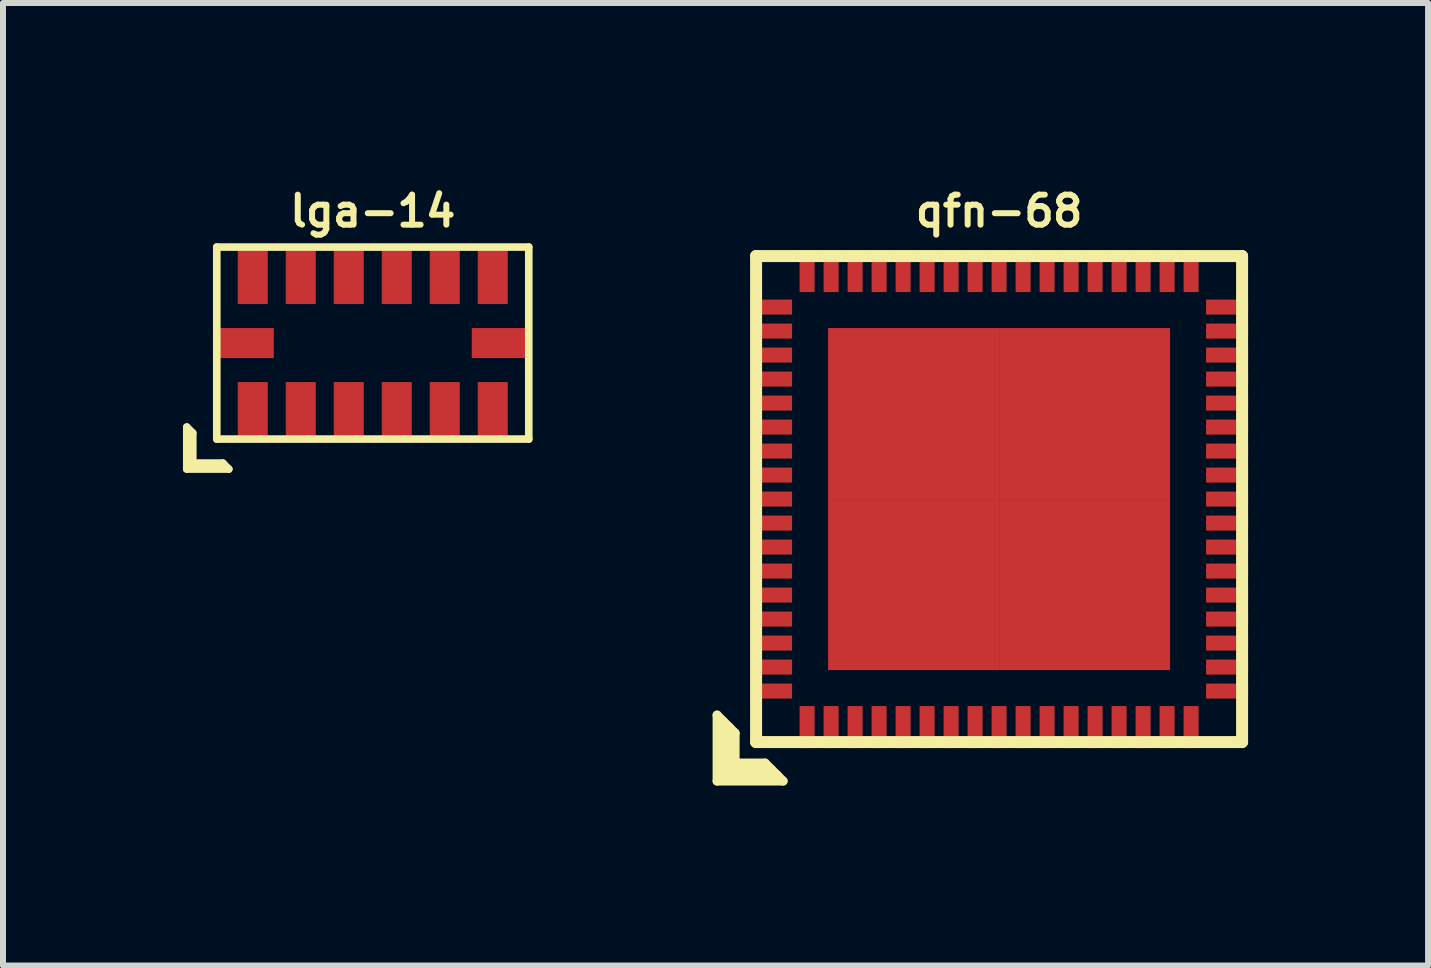
<source format=kicad_pcb>
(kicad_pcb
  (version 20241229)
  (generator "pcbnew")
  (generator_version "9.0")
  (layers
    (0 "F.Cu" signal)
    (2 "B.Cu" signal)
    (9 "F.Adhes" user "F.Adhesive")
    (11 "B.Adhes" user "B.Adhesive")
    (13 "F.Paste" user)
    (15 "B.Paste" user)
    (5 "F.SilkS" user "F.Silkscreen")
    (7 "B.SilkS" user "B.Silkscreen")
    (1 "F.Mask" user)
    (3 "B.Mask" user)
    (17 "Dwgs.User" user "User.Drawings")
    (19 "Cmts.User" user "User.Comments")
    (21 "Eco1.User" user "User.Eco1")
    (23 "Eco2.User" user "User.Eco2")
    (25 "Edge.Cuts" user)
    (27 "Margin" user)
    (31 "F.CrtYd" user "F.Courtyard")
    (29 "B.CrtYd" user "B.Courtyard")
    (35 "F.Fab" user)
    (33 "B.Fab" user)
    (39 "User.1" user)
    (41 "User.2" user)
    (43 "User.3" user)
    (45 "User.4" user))
  (footprint "qfn-68"
    (layer "F.Cu")
    (at 13.602 5.268)
    (property "Reference" "qfn-68" (at 0 -4.8 0) (layer "F.SilkS") (effects (font (size 0.5 0.5) (thickness 0.1))))
    (attr through_hole)
    (fp_line (start -4.7 4.7) (end -4.7 3.6) (stroke (width 0.15) (type solid)) (layer "F.SilkS"))
    (fp_line (start -4.6 3.7) (end -4.6 4.6) (stroke (width 0.15) (type solid)) (layer "F.SilkS"))
    (fp_line (start -4.6 4.6) (end -3.7 4.6) (stroke (width 0.15) (type solid)) (layer "F.SilkS"))
    (fp_line (start -4.5 4.5) (end -4.5 3.8) (stroke (width 0.15) (type solid)) (layer "F.SilkS"))
    (fp_line (start -4.4 3.9) (end -4.7 3.6) (stroke (width 0.15) (type solid)) (layer "F.SilkS"))
    (fp_line (start -4.4 4.4) (end -4.4 3.9) (stroke (width 0.15) (type solid)) (layer "F.SilkS"))
    (fp_line (start -4.4 4.4) (end -3.9 4.4) (stroke (width 0.15) (type solid)) (layer "F.SilkS"))
    (fp_line (start -4.05 -4.05) (end -4.05 4.05) (stroke (width 0.2) (type solid)) (layer "F.SilkS"))
    (fp_line (start -4.05 4.05) (end 4.05 4.05) (stroke (width 0.2) (type solid)) (layer "F.SilkS"))
    (fp_line (start -3.9 4.4) (end -3.6 4.7) (stroke (width 0.15) (type solid)) (layer "F.SilkS"))
    (fp_line (start -3.8 4.5) (end -4.5 4.5) (stroke (width 0.15) (type solid)) (layer "F.SilkS"))
    (fp_line (start -3.6 4.7) (end -4.7 4.7) (stroke (width 0.15) (type solid)) (layer "F.SilkS"))
    (fp_line (start 4.05 -4.05) (end -4.05 -4.05) (stroke (width 0.2) (type solid)) (layer "F.SilkS"))
    (fp_line (start 4.05 4.05) (end 4.05 -4.05) (stroke (width 0.2) (type solid)) (layer "F.SilkS"))
    (pad "1" smd rect (at -3.2 3.8) (size 0.25 0.7) (layers "F.Cu" "F.Mask" "F.Paste"))
    (pad "2" smd rect (at -2.8 3.8) (size 0.25 0.7) (layers "F.Cu" "F.Mask" "F.Paste"))
    (pad "3" smd rect (at -2.4 3.8) (size 0.25 0.7) (layers "F.Cu" "F.Mask" "F.Paste"))
    (pad "4" smd rect (at -2 3.8) (size 0.25 0.7) (layers "F.Cu" "F.Mask" "F.Paste"))
    (pad "5" smd rect (at -1.6 3.8) (size 0.25 0.7) (layers "F.Cu" "F.Mask" "F.Paste"))
    (pad "6" smd rect (at -1.2 3.8) (size 0.25 0.7) (layers "F.Cu" "F.Mask" "F.Paste"))
    (pad "7" smd rect (at -0.8 3.8) (size 0.25 0.7) (layers "F.Cu" "F.Mask" "F.Paste"))
    (pad "8" smd rect (at -0.4 3.8) (size 0.25 0.7) (layers "F.Cu" "F.Mask" "F.Paste"))
    (pad "9" smd rect (at 0 3.8) (size 0.25 0.7) (layers "F.Cu" "F.Mask" "F.Paste"))
    (pad "10" smd rect (at 0.4 3.8) (size 0.25 0.7) (layers "F.Cu" "F.Mask" "F.Paste"))
    (pad "11" smd rect (at 0.8 3.8) (size 0.25 0.7) (layers "F.Cu" "F.Mask" "F.Paste"))
    (pad "12" smd rect (at 1.2 3.8) (size 0.25 0.7) (layers "F.Cu" "F.Mask" "F.Paste"))
    (pad "13" smd rect (at 1.6 3.8) (size 0.25 0.7) (layers "F.Cu" "F.Mask" "F.Paste"))
    (pad "14" smd rect (at 2 3.8) (size 0.25 0.7) (layers "F.Cu" "F.Mask" "F.Paste"))
    (pad "15" smd rect (at 2.4 3.8) (size 0.25 0.7) (layers "F.Cu" "F.Mask" "F.Paste"))
    (pad "16" smd rect (at 2.8 3.8) (size 0.25 0.7) (layers "F.Cu" "F.Mask" "F.Paste"))
    (pad "17" smd rect (at 3.2 3.8) (size 0.25 0.7) (layers "F.Cu" "F.Mask" "F.Paste"))
    (pad "18" smd rect (at 3.8 3.2) (size 0.7 0.25) (layers "F.Cu" "F.Mask" "F.Paste"))
    (pad "19" smd rect (at 3.8 2.8) (size 0.7 0.25) (layers "F.Cu" "F.Mask" "F.Paste"))
    (pad "20" smd rect (at 3.8 2.4) (size 0.7 0.25) (layers "F.Cu" "F.Mask" "F.Paste"))
    (pad "21" smd rect (at 3.8 2) (size 0.7 0.25) (layers "F.Cu" "F.Mask" "F.Paste"))
    (pad "22" smd rect (at 3.8 1.6) (size 0.7 0.25) (layers "F.Cu" "F.Mask" "F.Paste"))
    (pad "23" smd rect (at 3.8 1.2) (size 0.7 0.25) (layers "F.Cu" "F.Mask" "F.Paste"))
    (pad "24" smd rect (at 3.8 0.8) (size 0.7 0.25) (layers "F.Cu" "F.Mask" "F.Paste"))
    (pad "25" smd rect (at 3.8 0.4) (size 0.7 0.25) (layers "F.Cu" "F.Mask" "F.Paste"))
    (pad "26" smd rect (at 3.8 0) (size 0.7 0.25) (layers "F.Cu" "F.Mask" "F.Paste"))
    (pad "27" smd rect (at 3.8 -0.4) (size 0.7 0.25) (layers "F.Cu" "F.Mask" "F.Paste"))
    (pad "28" smd rect (at 3.8 -0.8) (size 0.7 0.25) (layers "F.Cu" "F.Mask" "F.Paste"))
    (pad "29" smd rect (at 3.8 -1.2) (size 0.7 0.25) (layers "F.Cu" "F.Mask" "F.Paste"))
    (pad "30" smd rect (at 3.8 -1.6) (size 0.7 0.25) (layers "F.Cu" "F.Mask" "F.Paste"))
    (pad "31" smd rect (at 3.8 -2) (size 0.7 0.25) (layers "F.Cu" "F.Mask" "F.Paste"))
    (pad "32" smd rect (at 3.8 -2.4) (size 0.7 0.25) (layers "F.Cu" "F.Mask" "F.Paste"))
    (pad "33" smd rect (at 3.8 -2.8) (size 0.7 0.25) (layers "F.Cu" "F.Mask" "F.Paste"))
    (pad "34" smd rect (at 3.8 -3.2) (size 0.7 0.25) (layers "F.Cu" "F.Mask" "F.Paste"))
    (pad "35" smd rect (at 3.2 -3.8) (size 0.25 0.7) (layers "F.Cu" "F.Mask" "F.Paste"))
    (pad "36" smd rect (at 2.8 -3.8) (size 0.25 0.7) (layers "F.Cu" "F.Mask" "F.Paste"))
    (pad "37" smd rect (at 2.4 -3.8) (size 0.25 0.7) (layers "F.Cu" "F.Mask" "F.Paste"))
    (pad "38" smd rect (at 2 -3.8) (size 0.25 0.7) (layers "F.Cu" "F.Mask" "F.Paste"))
    (pad "39" smd rect (at 1.6 -3.8) (size 0.25 0.7) (layers "F.Cu" "F.Mask" "F.Paste"))
    (pad "40" smd rect (at 1.2 -3.8) (size 0.25 0.7) (layers "F.Cu" "F.Mask" "F.Paste"))
    (pad "41" smd rect (at 0.8 -3.8) (size 0.25 0.7) (layers "F.Cu" "F.Mask" "F.Paste"))
    (pad "42" smd rect (at 0.4 -3.8) (size 0.25 0.7) (layers "F.Cu" "F.Mask" "F.Paste"))
    (pad "43" smd rect (at 0 -3.8) (size 0.25 0.7) (layers "F.Cu" "F.Mask" "F.Paste"))
    (pad "44" smd rect (at -0.4 -3.8) (size 0.25 0.7) (layers "F.Cu" "F.Mask" "F.Paste"))
    (pad "45" smd rect (at -0.8 -3.8) (size 0.25 0.7) (layers "F.Cu" "F.Mask" "F.Paste"))
    (pad "46" smd rect (at -1.2 -3.8) (size 0.25 0.7) (layers "F.Cu" "F.Mask" "F.Paste"))
    (pad "47" smd rect (at -1.6 -3.8) (size 0.25 0.7) (layers "F.Cu" "F.Mask" "F.Paste"))
    (pad "48" smd rect (at -2 -3.8) (size 0.25 0.7) (layers "F.Cu" "F.Mask" "F.Paste"))
    (pad "49" smd rect (at -2.4 -3.8) (size 0.25 0.7) (layers "F.Cu" "F.Mask" "F.Paste"))
    (pad "50" smd rect (at -2.8 -3.8) (size 0.25 0.7) (layers "F.Cu" "F.Mask" "F.Paste"))
    (pad "51" smd rect (at -3.2 -3.8) (size 0.25 0.7) (layers "F.Cu" "F.Mask" "F.Paste"))
    (pad "52" smd rect (at -3.8 -3.2) (size 0.7 0.25) (layers "F.Cu" "F.Mask" "F.Paste"))
    (pad "53" smd rect (at -3.8 -2.8) (size 0.7 0.25) (layers "F.Cu" "F.Mask" "F.Paste"))
    (pad "54" smd rect (at -3.8 -2.4) (size 0.7 0.25) (layers "F.Cu" "F.Mask" "F.Paste"))
    (pad "55" smd rect (at -3.8 -2) (size 0.7 0.25) (layers "F.Cu" "F.Mask" "F.Paste"))
    (pad "56" smd rect (at -3.8 -1.6) (size 0.7 0.25) (layers "F.Cu" "F.Mask" "F.Paste"))
    (pad "57" smd rect (at -3.8 -1.2) (size 0.7 0.25) (layers "F.Cu" "F.Mask" "F.Paste"))
    (pad "58" smd rect (at -3.8 -0.8) (size 0.7 0.25) (layers "F.Cu" "F.Mask" "F.Paste"))
    (pad "59" smd rect (at -3.8 -0.4) (size 0.7 0.25) (layers "F.Cu" "F.Mask" "F.Paste"))
    (pad "60" smd rect (at -3.8 0) (size 0.7 0.25) (layers "F.Cu" "F.Mask" "F.Paste"))
    (pad "61" smd rect (at -3.8 0.4) (size 0.7 0.25) (layers "F.Cu" "F.Mask" "F.Paste"))
    (pad "62" smd rect (at -3.8 0.8) (size 0.7 0.25) (layers "F.Cu" "F.Mask" "F.Paste"))
    (pad "63" smd rect (at -3.8 1.2) (size 0.7 0.25) (layers "F.Cu" "F.Mask" "F.Paste"))
    (pad "64" smd rect (at -3.8 1.6) (size 0.7 0.25) (layers "F.Cu" "F.Mask" "F.Paste"))
    (pad "65" smd rect (at -3.8 2) (size 0.7 0.25) (layers "F.Cu" "F.Mask" "F.Paste"))
    (pad "66" smd rect (at -3.8 2.4) (size 0.7 0.25) (layers "F.Cu" "F.Mask" "F.Paste"))
    (pad "67" smd rect (at -3.8 2.8) (size 0.7 0.25) (layers "F.Cu" "F.Mask" "F.Paste"))
    (pad "68" smd rect (at -3.8 3.2) (size 0.7 0.25) (layers "F.Cu" "F.Mask" "F.Paste"))
    (pad "69" smd rect (at -1.425 -1.425) (size 2.85 2.85) (layers "F.Cu" "F.Mask" "F.Paste"))
    (pad "69" smd rect (at -1.425 1.425) (size 2.85 2.85) (layers "F.Cu" "F.Mask" "F.Paste"))
    (pad "69" smd rect (at 1.425 -1.425) (size 2.85 2.85) (layers "F.Cu" "F.Mask" "F.Paste"))
    (pad "69" smd rect (at 1.425 1.425) (size 2.85 2.85) (layers "F.Cu" "F.Mask" "F.Paste")))
  (footprint "lga-14"
    (layer "F.Cu")
    (at 3.163 2.668)
    (property "Reference" "lga-14" (at 0 -2.2 0) (layer "F.SilkS") (effects (font (size 0.5 0.5) (thickness 0.1))))
    (attr through_hole)
    (fp_line (start -3.1 1.4) (end -3 1.5) (stroke (width 0.127) (type solid)) (layer "F.SilkS"))
    (fp_line (start -3.1 2.1) (end -3.1 1.4) (stroke (width 0.127) (type solid)) (layer "F.SilkS"))
    (fp_line (start -3 1.5) (end -3 2) (stroke (width 0.127) (type solid)) (layer "F.SilkS"))
    (fp_line (start -3 2) (end -2.5 2) (stroke (width 0.127) (type solid)) (layer "F.SilkS"))
    (fp_line (start -2.6 -1.6) (end 2.6 -1.6) (stroke (width 0.127) (type solid)) (layer "F.SilkS"))
    (fp_line (start -2.6 1.6) (end -2.6 -1.6) (stroke (width 0.127) (type solid)) (layer "F.SilkS"))
    (fp_line (start -2.5 2) (end -2.4 2.1) (stroke (width 0.127) (type solid)) (layer "F.SilkS"))
    (fp_line (start -2.4 2.1) (end -3.1 2.1) (stroke (width 0.127) (type solid)) (layer "F.SilkS"))
    (fp_line (start 2.6 -1.6) (end 2.6 1.6) (stroke (width 0.127) (type solid)) (layer "F.SilkS"))
    (fp_line (start 2.6 1.6) (end -2.6 1.6) (stroke (width 0.127) (type solid)) (layer "F.SilkS"))
    (pad "1" smd rect (at -2 1.15) (size 0.5 1) (layers "F.Cu" "F.Mask" "F.Paste"))
    (pad "2" smd rect (at -1.2 1.15) (size 0.5 1) (layers "F.Cu" "F.Mask" "F.Paste"))
    (pad "3" smd rect (at -0.4 1.15) (size 0.5 1) (layers "F.Cu" "F.Mask" "F.Paste"))
    (pad "4" smd rect (at 0.4 1.15) (size 0.5 1) (layers "F.Cu" "F.Mask" "F.Paste"))
    (pad "5" smd rect (at 1.2 1.15) (size 0.5 1) (layers "F.Cu" "F.Mask" "F.Paste"))
    (pad "6" smd rect (at 2 1.15) (size 0.5 1) (layers "F.Cu" "F.Mask" "F.Paste"))
    (pad "7" smd rect (at 2.15 0) (size 1 0.5) (layers "F.Cu" "F.Mask" "F.Paste"))
    (pad "8" smd rect (at 2 -1.15) (size 0.5 1) (layers "F.Cu" "F.Mask" "F.Paste"))
    (pad "9" smd rect (at 1.2 -1.15) (size 0.5 1) (layers "F.Cu" "F.Mask" "F.Paste"))
    (pad "10" smd rect (at 0.4 -1.15) (size 0.5 1) (layers "F.Cu" "F.Mask" "F.Paste"))
    (pad "11" smd rect (at -0.4 -1.15) (size 0.5 1) (layers "F.Cu" "F.Mask" "F.Paste"))
    (pad "12" smd rect (at -1.2 -1.15) (size 0.5 1) (layers "F.Cu" "F.Mask" "F.Paste"))
    (pad "13" smd rect (at -2 -1.15) (size 0.5 1) (layers "F.Cu" "F.Mask" "F.Paste"))
    (pad "14" smd rect (at -2.15 0) (size 1 0.5) (layers "F.Cu" "F.Mask" "F.Paste")))
  (gr_rect
    (start -3 -3)
    (end 20.752 13.043)
    (stroke (width 0.1) (type default))
    (fill no)
    (layer "Edge.Cuts")))
</source>
